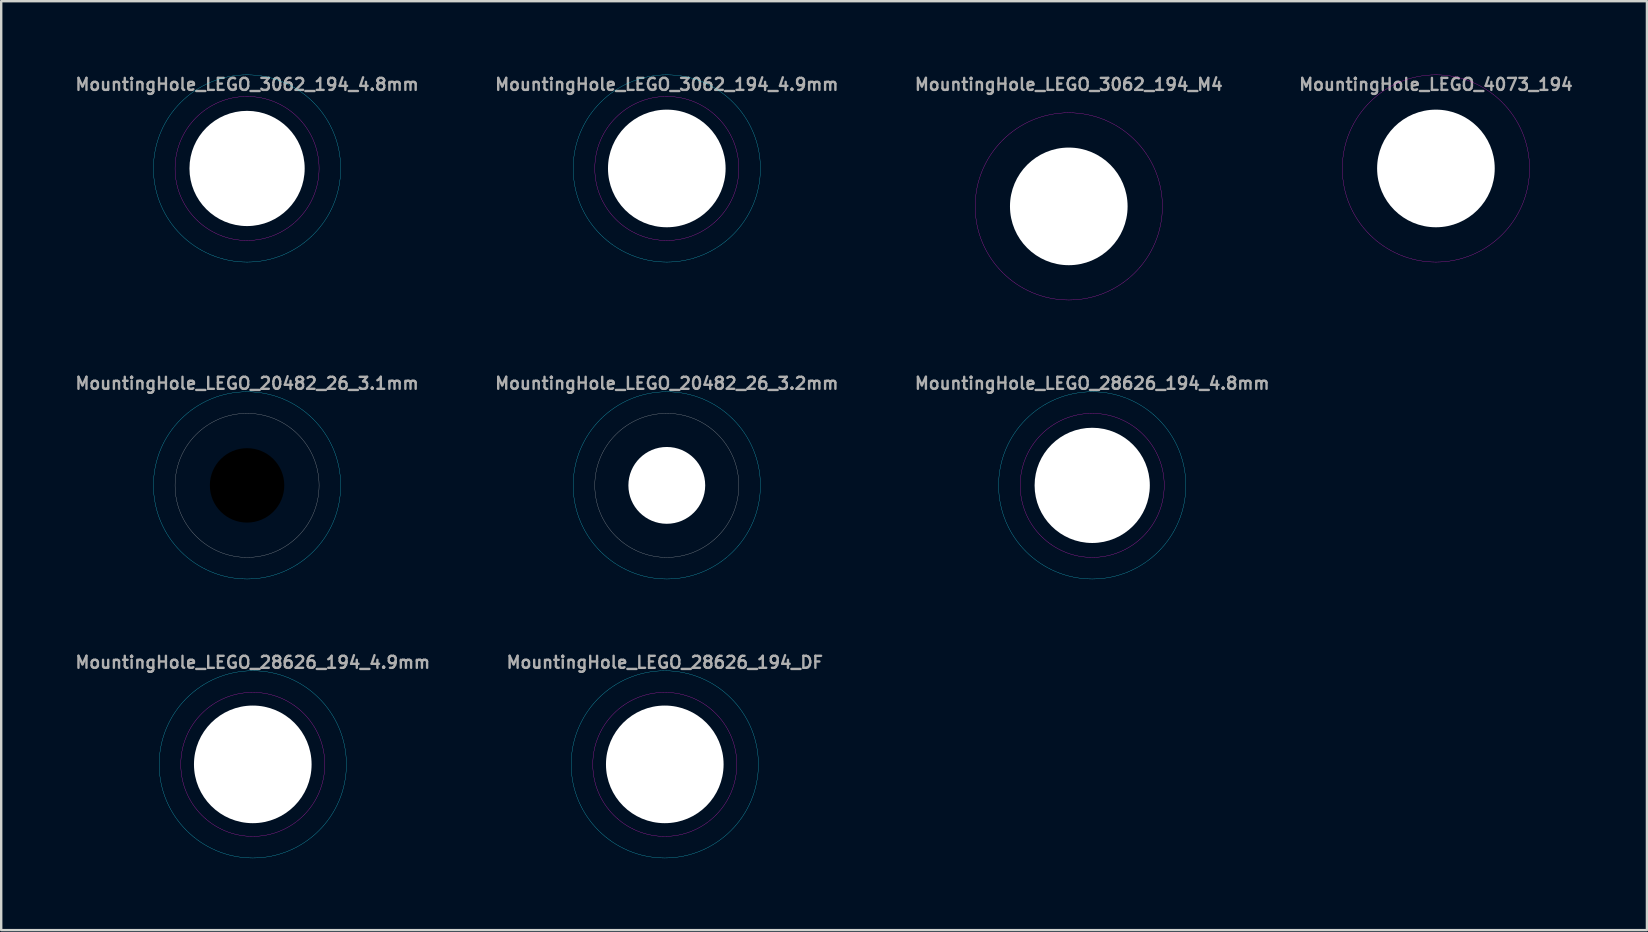
<source format=kicad_pcb>
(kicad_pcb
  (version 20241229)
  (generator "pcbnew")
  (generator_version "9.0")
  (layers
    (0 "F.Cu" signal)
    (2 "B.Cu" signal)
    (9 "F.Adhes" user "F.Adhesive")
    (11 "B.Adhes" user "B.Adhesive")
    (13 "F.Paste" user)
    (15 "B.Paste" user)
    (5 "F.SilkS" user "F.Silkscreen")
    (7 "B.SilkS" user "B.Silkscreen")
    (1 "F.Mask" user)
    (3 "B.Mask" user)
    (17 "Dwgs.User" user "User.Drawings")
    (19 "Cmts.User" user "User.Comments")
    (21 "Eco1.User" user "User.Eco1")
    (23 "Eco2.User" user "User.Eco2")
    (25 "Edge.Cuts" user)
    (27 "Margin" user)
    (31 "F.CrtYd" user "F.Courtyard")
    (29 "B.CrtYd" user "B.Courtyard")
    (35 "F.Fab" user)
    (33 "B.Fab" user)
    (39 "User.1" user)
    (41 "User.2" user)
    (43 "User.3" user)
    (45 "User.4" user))
  (footprint "MountingHole_LEGO_28626_194_4.9mm"
    (layer "F.Cu")
    (at 7.481 28.794)
    (property "Reference" "MountingHole_LEGO_28626_194_4.9mm" (at 0 -4.25 0) (layer "F.Fab") (effects (font (size 0.5 0.5) (thickness 0.1))))
    (attr through_hole)
    (fp_circle (center 0 0) (end 3.9 0) (stroke (width 0.01) (type solid)) (fill no) (layer "B.CrtYd"))
    (fp_circle (center 0 0) (end 3 0) (stroke (width 0.01) (type solid)) (fill no) (layer "F.CrtYd"))
    (pad "" np_thru_hole circle (at 0 0) (size 4.9 4.9) (drill 4.9) (layers "*.Cu" "*.Mask"))
    (pad "" smd circle (at 0 0) (size 7.8 7.8) (layers "B.Mask")))
  (footprint "MountingHole_LEGO_3062_194_4.8mm"
    (layer "F.Cu")
    (at 7.243 3.968)
    (property "Reference" "MountingHole_LEGO_3062_194_4.8mm" (at 0 -3.5 0) (layer "F.Fab") (effects (font (size 0.5 0.5) (thickness 0.1))))
    (attr through_hole)
    (fp_circle (center 0 0) (end 3.9 0) (stroke (width 0.01) (type solid)) (fill no) (layer "B.CrtYd"))
    (fp_circle (center 0 0) (end 3 0) (stroke (width 0.01) (type solid)) (fill no) (layer "F.CrtYd"))
    (pad "" np_thru_hole circle (at 0 0) (size 4.8 4.8) (drill 4.8) (layers "*.Cu" "*.Mask"))
    (pad "" smd circle (at 0 0) (size 7.8 7.8) (layers "B.Mask")))
  (footprint "MountingHole_LEGO_3062_194_M4"
    (layer "F.Cu")
    (at 41.476 5.548)
    (property "Reference" "MountingHole_LEGO_3062_194_M4" (at 0 -5.08 0) (layer "F.Fab") (effects (font (size 0.5 0.5) (thickness 0.1))))
    (attr through_hole)
    (fp_circle (center 0 0) (end 3.9 0) (stroke (width 0.01) (type solid)) (fill no) (layer "F.CrtYd"))
    (pad "" np_thru_hole circle (at 0 0) (size 4.9 4.9) (drill 4.9) (layers "*.Cu" "*.Mask"))
    (pad "" smd circle (at 0 0) (size 7.8 7.8) (layers "B.Mask")))
  (footprint "MountingHole_LEGO_3062_194_4.9mm"
    (layer "F.Cu")
    (at 24.729 3.968)
    (property "Reference" "MountingHole_LEGO_3062_194_4.9mm" (at 0 -3.5 0) (layer "F.Fab") (effects (font (size 0.5 0.5) (thickness 0.1))))
    (attr through_hole)
    (fp_circle (center 0 0) (end 3.9 0) (stroke (width 0.01) (type solid)) (fill no) (layer "B.CrtYd"))
    (fp_circle (center 0 0) (end 3 0) (stroke (width 0.01) (type solid)) (fill no) (layer "F.CrtYd"))
    (pad "" np_thru_hole circle (at 0 0) (size 4.9 4.9) (drill 4.9) (layers "*.Cu" "*.Mask"))
    (pad "" smd circle (at 0 0) (size 7.8 7.8) (layers "B.Mask")))
  (footprint "MountingHole_LEGO_4073_194"
    (layer "F.Cu")
    (at 56.771 3.968)
    (property "Reference" "MountingHole_LEGO_4073_194" (at 0 -3.5 0) (layer "F.Fab") (effects (font (size 0.5 0.5) (thickness 0.1))))
    (attr through_hole)
    (fp_circle (center 0 0) (end 3.9 0) (stroke (width 0.01) (type solid)) (fill no) (layer "F.CrtYd"))
    (pad "" np_thru_hole circle (at 0 0) (size 4.9 4.9) (drill 4.9) (layers "*.Cu" "*.Mask"))
    (pad "" smd circle (at 0 0) (size 7.8 7.8) (layers "B.Mask")))
  (footprint "MountingHole_LEGO_20482_26_3.1mm"
    (layer "F.Cu")
    (at 7.243 17.171)
    (property "Reference" "MountingHole_LEGO_20482_26_3.1mm" (at 0 -4.25 0) (layer "F.Fab") (effects (font (size 0.5 0.5) (thickness 0.1))))
    (attr through_hole)
    (fp_circle (center 0 0) (end 3 0) (stroke (width 0.01) (type solid)) (fill no) (layer "Dwgs.User"))
    (fp_circle (center 0 0) (end 3.9 0) (stroke (width 0.01) (type solid)) (fill no) (layer "B.CrtYd"))
    (pad "" np_thru_hole circle (at 0 0) (size 3.1 3.1) (drill 3.1) (layers "*.Mask"))
    (pad "" smd circle (at 0 0) (size 7.8 7.8) (layers "B.Mask")))
  (footprint "MountingHole_LEGO_28626_194_4.8mm"
    (layer "F.Cu")
    (at 42.452 17.171)
    (property "Reference" "MountingHole_LEGO_28626_194_4.8mm" (at 0 -4.25 0) (layer "F.Fab") (effects (font (size 0.5 0.5) (thickness 0.1))))
    (attr through_hole)
    (fp_circle (center 0 0) (end 3.9 0) (stroke (width 0.01) (type solid)) (fill no) (layer "B.CrtYd"))
    (fp_circle (center 0 0) (end 3 0) (stroke (width 0.01) (type solid)) (fill no) (layer "F.CrtYd"))
    (pad "" np_thru_hole circle (at 0 0) (size 4.8 4.8) (drill 4.8) (layers "*.Cu" "*.Mask"))
    (pad "" smd circle (at 0 0) (size 7.8 7.8) (layers "B.Mask")))
  (footprint "MountingHole_LEGO_20482_26_3.2mm"
    (layer "F.Cu")
    (at 24.729 17.171)
    (property "Reference" "MountingHole_LEGO_20482_26_3.2mm" (at 0 -4.25 0) (layer "F.Fab") (effects (font (size 0.5 0.5) (thickness 0.1))))
    (attr through_hole)
    (fp_circle (center 0 0) (end 3 0) (stroke (width 0.01) (type solid)) (fill no) (layer "Dwgs.User"))
    (fp_circle (center 0 0) (end 3.9 0) (stroke (width 0.01) (type solid)) (fill no) (layer "B.CrtYd"))
    (pad "" np_thru_hole circle (at 0 0) (size 3.2 3.2) (drill 3.2) (layers "*.Cu" "*.Mask"))
    (pad "" smd circle (at 0 0) (size 7.8 7.8) (layers "B.Mask")))
  (footprint "MountingHole_LEGO_28626_194_DF"
    (layer "F.Cu")
    (at 24.645 28.794)
    (property "Reference" "MountingHole_LEGO_28626_194_DF" (at 0 -4.25 0) (layer "F.Fab") (effects (font (size 0.5 0.5) (thickness 0.1))))
    (attr through_hole)
    (fp_circle (center 0 0) (end 3.9 0) (stroke (width 0.01) (type solid)) (fill no) (layer "B.CrtYd"))
    (fp_circle (center 0 0) (end 3 0) (stroke (width 0.01) (type solid)) (fill no) (layer "F.CrtYd"))
    (pad "" np_thru_hole circle (at 0 0) (size 4.9 4.9) (drill 4.9) (layers "*.Cu" "*.Mask"))
    (pad "" smd circle (at 0 0) (size 7.8 7.8) (layers "F.Mask"))
    (pad "" smd circle (at 0 0) (size 7.8 7.8) (layers "B.Mask")))
  (gr_rect
    (start -3 -3)
    (end 65.562 35.699)
    (stroke (width 0.1) (type default))
    (fill no)
    (layer "Edge.Cuts")))
</source>
